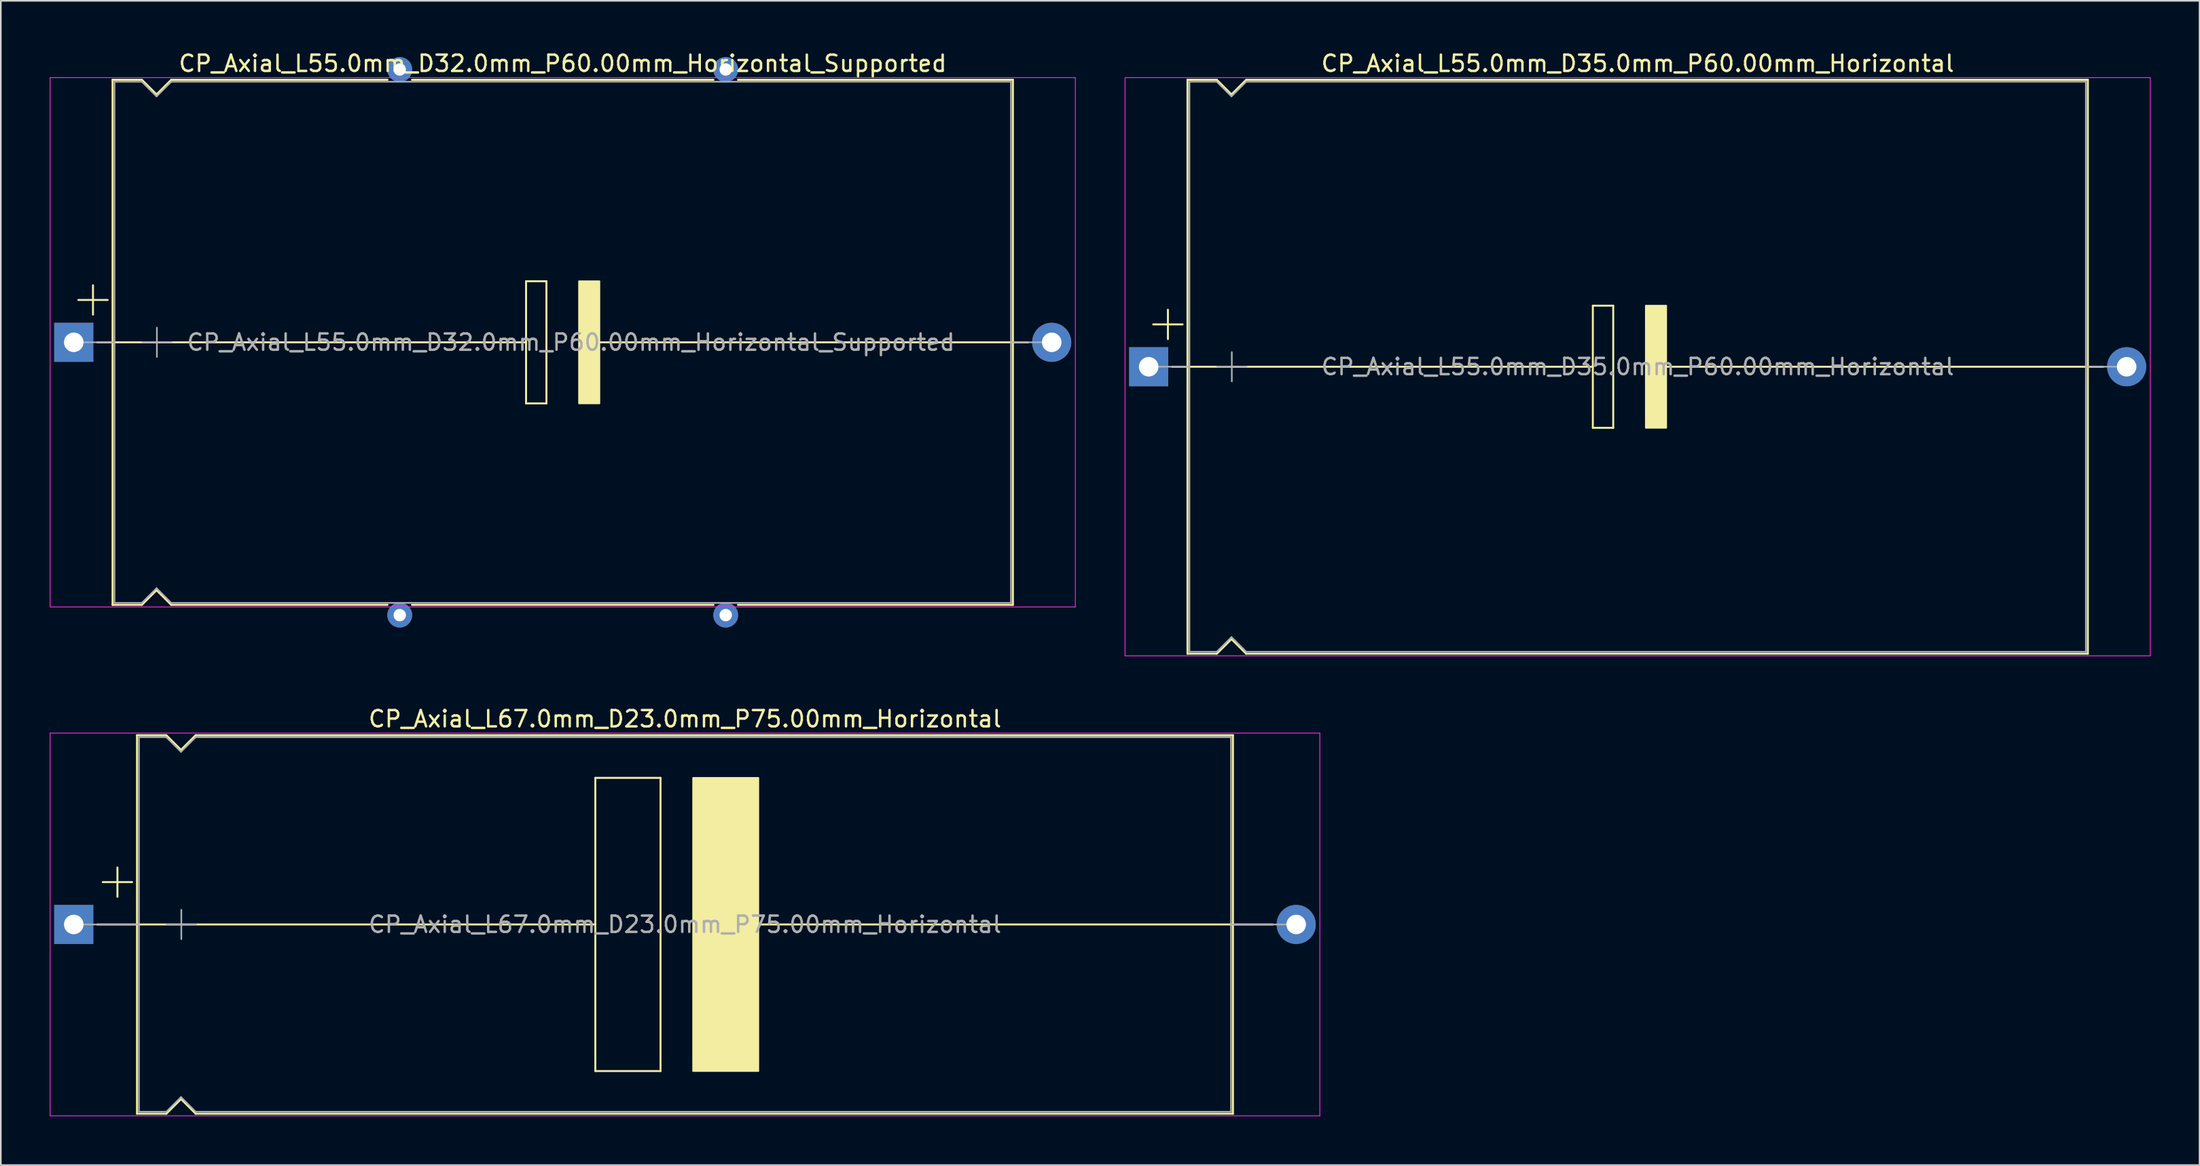
<source format=kicad_pcb>
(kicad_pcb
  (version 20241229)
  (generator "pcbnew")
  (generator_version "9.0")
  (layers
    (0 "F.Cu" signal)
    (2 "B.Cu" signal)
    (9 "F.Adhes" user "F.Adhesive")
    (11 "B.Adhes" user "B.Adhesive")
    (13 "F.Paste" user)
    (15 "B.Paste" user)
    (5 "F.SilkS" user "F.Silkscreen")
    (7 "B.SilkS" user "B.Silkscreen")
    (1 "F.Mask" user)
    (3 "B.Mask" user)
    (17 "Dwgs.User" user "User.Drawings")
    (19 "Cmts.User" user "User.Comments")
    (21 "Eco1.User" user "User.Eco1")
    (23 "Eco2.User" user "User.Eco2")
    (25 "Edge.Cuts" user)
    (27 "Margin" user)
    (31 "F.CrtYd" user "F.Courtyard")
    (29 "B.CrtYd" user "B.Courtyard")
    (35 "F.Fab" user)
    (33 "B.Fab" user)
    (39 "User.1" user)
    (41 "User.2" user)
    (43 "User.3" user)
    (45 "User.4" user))
  (footprint "CP_Axial_L55.0mm_D35.0mm_P60.00mm_Horizontal"
    (layer "F.Cu")
    (at 67.425 19.468)
    (property "Reference" "CP_Axial_L55.0mm_D35.0mm_P60.00mm_Horizontal" (at 30 -18.62 0) (layer "F.SilkS") (effects (font (size 1 1) (thickness 0.15))))
    (attr through_hole)
    (fp_line (start 0.28 -2.6) (end 2.08 -2.6) (stroke (width 0.12) (type solid)) (layer "F.SilkS"))
    (fp_line (start 1.18 -3.5) (end 1.18 -1.7) (stroke (width 0.12) (type solid)) (layer "F.SilkS"))
    (fp_line (start 1.44 0) (end 2.38 0) (stroke (width 0.12) (type solid)) (layer "F.SilkS"))
    (fp_line (start 2.38 -17.62) (end 2.38 17.62) (stroke (width 0.12) (type solid)) (layer "F.SilkS"))
    (fp_line (start 2.38 -17.62) (end 4.18 -17.62) (stroke (width 0.12) (type solid)) (layer "F.SilkS"))
    (fp_line (start 2.38 0) (end 27.25 0) (stroke (width 0.12) (type solid)) (layer "F.SilkS"))
    (fp_line (start 2.38 17.62) (end 4.18 17.62) (stroke (width 0.12) (type solid)) (layer "F.SilkS"))
    (fp_line (start 4.18 -17.62) (end 5.08 -16.72) (stroke (width 0.12) (type solid)) (layer "F.SilkS"))
    (fp_line (start 4.18 17.62) (end 5.08 16.72) (stroke (width 0.12) (type solid)) (layer "F.SilkS"))
    (fp_line (start 5.08 -16.72) (end 5.98 -17.62) (stroke (width 0.12) (type solid)) (layer "F.SilkS"))
    (fp_line (start 5.08 16.72) (end 5.98 17.62) (stroke (width 0.12) (type solid)) (layer "F.SilkS"))
    (fp_line (start 5.98 -17.62) (end 57.62 -17.62) (stroke (width 0.12) (type solid)) (layer "F.SilkS"))
    (fp_line (start 5.98 17.62) (end 57.62 17.62) (stroke (width 0.12) (type solid)) (layer "F.SilkS"))
    (fp_line (start 27.25 -3.75) (end 28.5 -3.75) (stroke (width 0.12) (type solid)) (layer "F.SilkS"))
    (fp_line (start 27.25 0) (end 27.25 -3.75) (stroke (width 0.12) (type solid)) (layer "F.SilkS"))
    (fp_line (start 27.25 3.75) (end 27.25 0) (stroke (width 0.12) (type solid)) (layer "F.SilkS"))
    (fp_line (start 28.5 -3.75) (end 28.5 3.75) (stroke (width 0.12) (type solid)) (layer "F.SilkS"))
    (fp_line (start 28.5 3.75) (end 27.25 3.75) (stroke (width 0.12) (type solid)) (layer "F.SilkS"))
    (fp_line (start 31.75 0) (end 57.62 0) (stroke (width 0.12) (type solid)) (layer "F.SilkS"))
    (fp_line (start 57.62 -17.62) (end 57.62 17.62) (stroke (width 0.12) (type solid)) (layer "F.SilkS"))
    (fp_line (start 58.56 0) (end 57.62 0) (stroke (width 0.12) (type solid)) (layer "F.SilkS"))
    (fp_poly (pts (xy 31.75 3.75) (xy 30.5 3.75) (xy 30.5 -3.75) (xy 31.75 -3.75)) (stroke (width 0.1) (type solid)) (fill yes) (layer "F.SilkS"))
    (fp_line (start -1.45 -17.75) (end -1.45 17.75) (stroke (width 0.05) (type solid)) (layer "F.CrtYd"))
    (fp_line (start -1.45 17.75) (end 61.45 17.75) (stroke (width 0.05) (type solid)) (layer "F.CrtYd"))
    (fp_line (start 61.45 -17.75) (end -1.45 -17.75) (stroke (width 0.05) (type solid)) (layer "F.CrtYd"))
    (fp_line (start 61.45 17.75) (end 61.45 -17.75) (stroke (width 0.05) (type solid)) (layer "F.CrtYd"))
    (fp_line (start 0 0) (end 2.5 0) (stroke (width 0.1) (type solid)) (layer "F.Fab"))
    (fp_line (start 2.5 -17.5) (end 2.5 17.5) (stroke (width 0.1) (type solid)) (layer "F.Fab"))
    (fp_line (start 2.5 -17.5) (end 4.18 -17.5) (stroke (width 0.1) (type solid)) (layer "F.Fab"))
    (fp_line (start 2.5 17.5) (end 4.18 17.5) (stroke (width 0.1) (type solid)) (layer "F.Fab"))
    (fp_line (start 4.18 -17.5) (end 5.08 -16.6) (stroke (width 0.1) (type solid)) (layer "F.Fab"))
    (fp_line (start 4.18 17.5) (end 5.08 16.6) (stroke (width 0.1) (type solid)) (layer "F.Fab"))
    (fp_line (start 4.2 0) (end 6 0) (stroke (width 0.1) (type solid)) (layer "F.Fab"))
    (fp_line (start 5.08 -16.6) (end 5.98 -17.5) (stroke (width 0.1) (type solid)) (layer "F.Fab"))
    (fp_line (start 5.08 16.6) (end 5.98 17.5) (stroke (width 0.1) (type solid)) (layer "F.Fab"))
    (fp_line (start 5.1 -0.9) (end 5.1 0.9) (stroke (width 0.1) (type solid)) (layer "F.Fab"))
    (fp_line (start 5.98 -17.5) (end 57.5 -17.5) (stroke (width 0.1) (type solid)) (layer "F.Fab"))
    (fp_line (start 5.98 17.5) (end 57.5 17.5) (stroke (width 0.1) (type solid)) (layer "F.Fab"))
    (fp_line (start 57.5 -17.5) (end 57.5 17.5) (stroke (width 0.1) (type solid)) (layer "F.Fab"))
    (fp_line (start 60 0) (end 57.5 0) (stroke (width 0.1) (type solid)) (layer "F.Fab"))
    (fp_text user "${REFERENCE}" (at 30 0 0) (layer "F.Fab") (effects (font (size 1 1) (thickness 0.15))))
    (pad "1" thru_hole rect (at 0 0) (size 2.4 2.4) (drill 1.2) (layers "*.Cu" "*.Mask"))
    (pad "2" thru_hole oval (at 60 0) (size 2.4 2.4) (drill 1.2) (layers "*.Cu" "*.Mask")))
  (footprint "CP_Axial_L67.0mm_D23.0mm_P75.00mm_Horizontal"
    (layer "F.Cu")
    (at 1.475 53.712)
    (property "Reference" "CP_Axial_L67.0mm_D23.0mm_P75.00mm_Horizontal" (at 37.5 -12.62 0) (layer "F.SilkS") (effects (font (size 1 1) (thickness 0.15))))
    (attr through_hole)
    (fp_line (start 1.44 0) (end 3.88 0) (stroke (width 0.12) (type solid)) (layer "F.SilkS"))
    (fp_line (start 1.78 -2.6) (end 3.58 -2.6) (stroke (width 0.12) (type solid)) (layer "F.SilkS"))
    (fp_line (start 2.68 -3.5) (end 2.68 -1.7) (stroke (width 0.12) (type solid)) (layer "F.SilkS"))
    (fp_line (start 3.88 -11.62) (end 3.88 11.62) (stroke (width 0.12) (type solid)) (layer "F.SilkS"))
    (fp_line (start 3.88 -11.62) (end 5.68 -11.62) (stroke (width 0.12) (type solid)) (layer "F.SilkS"))
    (fp_line (start 3.88 0) (end 32 0) (stroke (width 0.12) (type solid)) (layer "F.SilkS"))
    (fp_line (start 3.88 11.62) (end 5.68 11.62) (stroke (width 0.12) (type solid)) (layer "F.SilkS"))
    (fp_line (start 5.68 -11.62) (end 6.58 -10.72) (stroke (width 0.12) (type solid)) (layer "F.SilkS"))
    (fp_line (start 5.68 11.62) (end 6.58 10.72) (stroke (width 0.12) (type solid)) (layer "F.SilkS"))
    (fp_line (start 6.58 -10.72) (end 7.48 -11.62) (stroke (width 0.12) (type solid)) (layer "F.SilkS"))
    (fp_line (start 6.58 10.72) (end 7.48 11.62) (stroke (width 0.12) (type solid)) (layer "F.SilkS"))
    (fp_line (start 7.48 -11.62) (end 71.12 -11.62) (stroke (width 0.12) (type solid)) (layer "F.SilkS"))
    (fp_line (start 7.48 11.62) (end 71.12 11.62) (stroke (width 0.12) (type solid)) (layer "F.SilkS"))
    (fp_line (start 32 -9) (end 36 -9) (stroke (width 0.12) (type solid)) (layer "F.SilkS"))
    (fp_line (start 32 9) (end 32 -9) (stroke (width 0.12) (type solid)) (layer "F.SilkS"))
    (fp_line (start 36 -9) (end 36 9) (stroke (width 0.12) (type solid)) (layer "F.SilkS"))
    (fp_line (start 36 9) (end 32 9) (stroke (width 0.12) (type solid)) (layer "F.SilkS"))
    (fp_line (start 42 0) (end 71.12 0) (stroke (width 0.12) (type solid)) (layer "F.SilkS"))
    (fp_line (start 71.12 -11.62) (end 71.12 11.62) (stroke (width 0.12) (type solid)) (layer "F.SilkS"))
    (fp_line (start 73.56 0) (end 71.12 0) (stroke (width 0.12) (type solid)) (layer "F.SilkS"))
    (fp_poly (pts (xy 42 9) (xy 38 9) (xy 38 -9) (xy 42 -9)) (stroke (width 0.1) (type solid)) (fill yes) (layer "F.SilkS"))
    (fp_line (start -1.45 -11.75) (end -1.45 11.75) (stroke (width 0.05) (type solid)) (layer "F.CrtYd"))
    (fp_line (start -1.45 11.75) (end 76.45 11.75) (stroke (width 0.05) (type solid)) (layer "F.CrtYd"))
    (fp_line (start 76.45 -11.75) (end -1.45 -11.75) (stroke (width 0.05) (type solid)) (layer "F.CrtYd"))
    (fp_line (start 76.45 11.75) (end 76.45 -11.75) (stroke (width 0.05) (type solid)) (layer "F.CrtYd"))
    (fp_line (start 0 0) (end 4 0) (stroke (width 0.1) (type solid)) (layer "F.Fab"))
    (fp_line (start 4 -11.5) (end 4 11.5) (stroke (width 0.1) (type solid)) (layer "F.Fab"))
    (fp_line (start 4 -11.5) (end 5.68 -11.5) (stroke (width 0.1) (type solid)) (layer "F.Fab"))
    (fp_line (start 4 11.5) (end 5.68 11.5) (stroke (width 0.1) (type solid)) (layer "F.Fab"))
    (fp_line (start 5.68 -11.5) (end 6.58 -10.6) (stroke (width 0.1) (type solid)) (layer "F.Fab"))
    (fp_line (start 5.68 11.5) (end 6.58 10.6) (stroke (width 0.1) (type solid)) (layer "F.Fab"))
    (fp_line (start 5.7 0) (end 7.5 0) (stroke (width 0.1) (type solid)) (layer "F.Fab"))
    (fp_line (start 6.58 -10.6) (end 7.48 -11.5) (stroke (width 0.1) (type solid)) (layer "F.Fab"))
    (fp_line (start 6.58 10.6) (end 7.48 11.5) (stroke (width 0.1) (type solid)) (layer "F.Fab"))
    (fp_line (start 6.6 -0.9) (end 6.6 0.9) (stroke (width 0.1) (type solid)) (layer "F.Fab"))
    (fp_line (start 7.48 -11.5) (end 71 -11.5) (stroke (width 0.1) (type solid)) (layer "F.Fab"))
    (fp_line (start 7.48 11.5) (end 71 11.5) (stroke (width 0.1) (type solid)) (layer "F.Fab"))
    (fp_line (start 71 -11.5) (end 71 11.5) (stroke (width 0.1) (type solid)) (layer "F.Fab"))
    (fp_line (start 75 0) (end 71 0) (stroke (width 0.1) (type solid)) (layer "F.Fab"))
    (fp_text user "${REFERENCE}" (at 37.5 0 0) (layer "F.Fab") (effects (font (size 1 1) (thickness 0.15))))
    (pad "1" thru_hole rect (at 0 0) (size 2.4 2.4) (drill 1.2) (layers "*.Cu" "*.Mask"))
    (pad "2" thru_hole oval (at 75 0) (size 2.4 2.4) (drill 1.2) (layers "*.Cu" "*.Mask")))
  (footprint "CP_Axial_L55.0mm_D32.0mm_P60.00mm_Horizontal_Supported"
    (layer "F.Cu")
    (at 1.475 17.968)
    (property "Reference" "CP_Axial_L55.0mm_D32.0mm_P60.00mm_Horizontal_Supported" (at 30 -17.12 0) (layer "F.SilkS") (effects (font (size 1 1) (thickness 0.15))))
    (attr through_hole)
    (fp_line (start 0.28 -2.6) (end 2.08 -2.6) (stroke (width 0.12) (type solid)) (layer "F.SilkS"))
    (fp_line (start 1.18 -3.5) (end 1.18 -1.7) (stroke (width 0.12) (type solid)) (layer "F.SilkS"))
    (fp_line (start 1.44 0) (end 2.38 0) (stroke (width 0.12) (type solid)) (layer "F.SilkS"))
    (fp_line (start 2.38 -16.12) (end 2.38 16.12) (stroke (width 0.12) (type solid)) (layer "F.SilkS"))
    (fp_line (start 2.38 -16.12) (end 4.18 -16.12) (stroke (width 0.12) (type solid)) (layer "F.SilkS"))
    (fp_line (start 2.38 0) (end 27.75 0) (stroke (width 0.12) (type solid)) (layer "F.SilkS"))
    (fp_line (start 2.38 16.12) (end 4.18 16.12) (stroke (width 0.12) (type solid)) (layer "F.SilkS"))
    (fp_line (start 4.18 -16.12) (end 5.08 -15.22) (stroke (width 0.12) (type solid)) (layer "F.SilkS"))
    (fp_line (start 4.18 16.12) (end 5.08 15.22) (stroke (width 0.12) (type solid)) (layer "F.SilkS"))
    (fp_line (start 5.08 -15.22) (end 5.98 -16.12) (stroke (width 0.12) (type solid)) (layer "F.SilkS"))
    (fp_line (start 5.08 15.22) (end 5.98 16.12) (stroke (width 0.12) (type solid)) (layer "F.SilkS"))
    (fp_line (start 5.98 -16.12) (end 19.25 -16.12) (stroke (width 0.12) (type solid)) (layer "F.SilkS"))
    (fp_line (start 5.98 16.12) (end 19.25 16.12) (stroke (width 0.12) (type solid)) (layer "F.SilkS"))
    (fp_line (start 20.75 -16.12) (end 39.25 -16.12) (stroke (width 0.12) (type solid)) (layer "F.SilkS"))
    (fp_line (start 20.75 16.12) (end 39.25 16.12) (stroke (width 0.12) (type solid)) (layer "F.SilkS"))
    (fp_line (start 27.75 -3.75) (end 29 -3.75) (stroke (width 0.12) (type solid)) (layer "F.SilkS"))
    (fp_line (start 27.75 0) (end 27.75 -3.75) (stroke (width 0.12) (type solid)) (layer "F.SilkS"))
    (fp_line (start 27.75 3.75) (end 27.75 0) (stroke (width 0.12) (type solid)) (layer "F.SilkS"))
    (fp_line (start 29 -3.75) (end 29 3.75) (stroke (width 0.12) (type solid)) (layer "F.SilkS"))
    (fp_line (start 29 3.75) (end 27.75 3.75) (stroke (width 0.12) (type solid)) (layer "F.SilkS"))
    (fp_line (start 31.75 0) (end 57.62 0) (stroke (width 0.12) (type solid)) (layer "F.SilkS"))
    (fp_line (start 40.75 -16.12) (end 57.62 -16.12) (stroke (width 0.12) (type solid)) (layer "F.SilkS"))
    (fp_line (start 40.75 16.12) (end 57.62 16.12) (stroke (width 0.12) (type solid)) (layer "F.SilkS"))
    (fp_line (start 57.62 -16.12) (end 57.62 16.12) (stroke (width 0.12) (type solid)) (layer "F.SilkS"))
    (fp_line (start 58.56 0) (end 57.62 0) (stroke (width 0.12) (type solid)) (layer "F.SilkS"))
    (fp_poly (pts (xy 32.25 3.75) (xy 31 3.75) (xy 31 -3.75) (xy 32.25 -3.75)) (stroke (width 0.1) (type solid)) (fill yes) (layer "F.SilkS"))
    (fp_line (start -1.45 -16.25) (end -1.45 16.25) (stroke (width 0.05) (type solid)) (layer "F.CrtYd"))
    (fp_line (start -1.45 16.25) (end 61.45 16.25) (stroke (width 0.05) (type solid)) (layer "F.CrtYd"))
    (fp_line (start 61.45 -16.25) (end -1.45 -16.25) (stroke (width 0.05) (type solid)) (layer "F.CrtYd"))
    (fp_line (start 61.45 16.25) (end 61.45 -16.25) (stroke (width 0.05) (type solid)) (layer "F.CrtYd"))
    (fp_line (start 0 0) (end 2.5 0) (stroke (width 0.1) (type solid)) (layer "F.Fab"))
    (fp_line (start 2.5 -16) (end 2.5 16) (stroke (width 0.1) (type solid)) (layer "F.Fab"))
    (fp_line (start 2.5 -16) (end 4.18 -16) (stroke (width 0.1) (type solid)) (layer "F.Fab"))
    (fp_line (start 2.5 16) (end 4.18 16) (stroke (width 0.1) (type solid)) (layer "F.Fab"))
    (fp_line (start 4.18 -16) (end 5.08 -15.1) (stroke (width 0.1) (type solid)) (layer "F.Fab"))
    (fp_line (start 4.18 16) (end 5.08 15.1) (stroke (width 0.1) (type solid)) (layer "F.Fab"))
    (fp_line (start 4.2 0) (end 6 0) (stroke (width 0.1) (type solid)) (layer "F.Fab"))
    (fp_line (start 5.08 -15.1) (end 5.98 -16) (stroke (width 0.1) (type solid)) (layer "F.Fab"))
    (fp_line (start 5.08 15.1) (end 5.98 16) (stroke (width 0.1) (type solid)) (layer "F.Fab"))
    (fp_line (start 5.1 -0.9) (end 5.1 0.9) (stroke (width 0.1) (type solid)) (layer "F.Fab"))
    (fp_line (start 5.98 -16) (end 57.5 -16) (stroke (width 0.1) (type solid)) (layer "F.Fab"))
    (fp_line (start 5.98 16) (end 57.5 16) (stroke (width 0.1) (type solid)) (layer "F.Fab"))
    (fp_line (start 57.5 -16) (end 57.5 16) (stroke (width 0.1) (type solid)) (layer "F.Fab"))
    (fp_line (start 60 0) (end 57.5 0) (stroke (width 0.1) (type solid)) (layer "F.Fab"))
    (fp_text user "${REFERENCE}" (at 30.5 0 0) (layer "F.Fab") (effects (font (size 1 1) (thickness 0.15))))
    (pad "" thru_hole circle (at 20 -16.75) (size 1.524 1.524) (drill 0.762) (layers "*.Cu" "*.Mask"))
    (pad "" thru_hole circle (at 20 16.75) (size 1.524 1.524) (drill 0.762) (layers "*.Cu" "*.Mask"))
    (pad "" thru_hole circle (at 40 -16.75) (size 1.524 1.524) (drill 0.762) (layers "*.Cu" "*.Mask"))
    (pad "" thru_hole circle (at 40 16.75) (size 1.524 1.524) (drill 0.762) (layers "*.Cu" "*.Mask"))
    (pad "1" thru_hole rect (at 0 0) (size 2.4 2.4) (drill 1.2) (layers "*.Cu" "*.Mask"))
    (pad "2" thru_hole oval (at 60 0) (size 2.4 2.4) (drill 1.2) (layers "*.Cu" "*.Mask")))
  (gr_rect
    (start -3 -3)
    (end 131.9 68.487)
    (stroke (width 0.1) (type default))
    (fill no)
    (layer "Edge.Cuts")))
</source>
